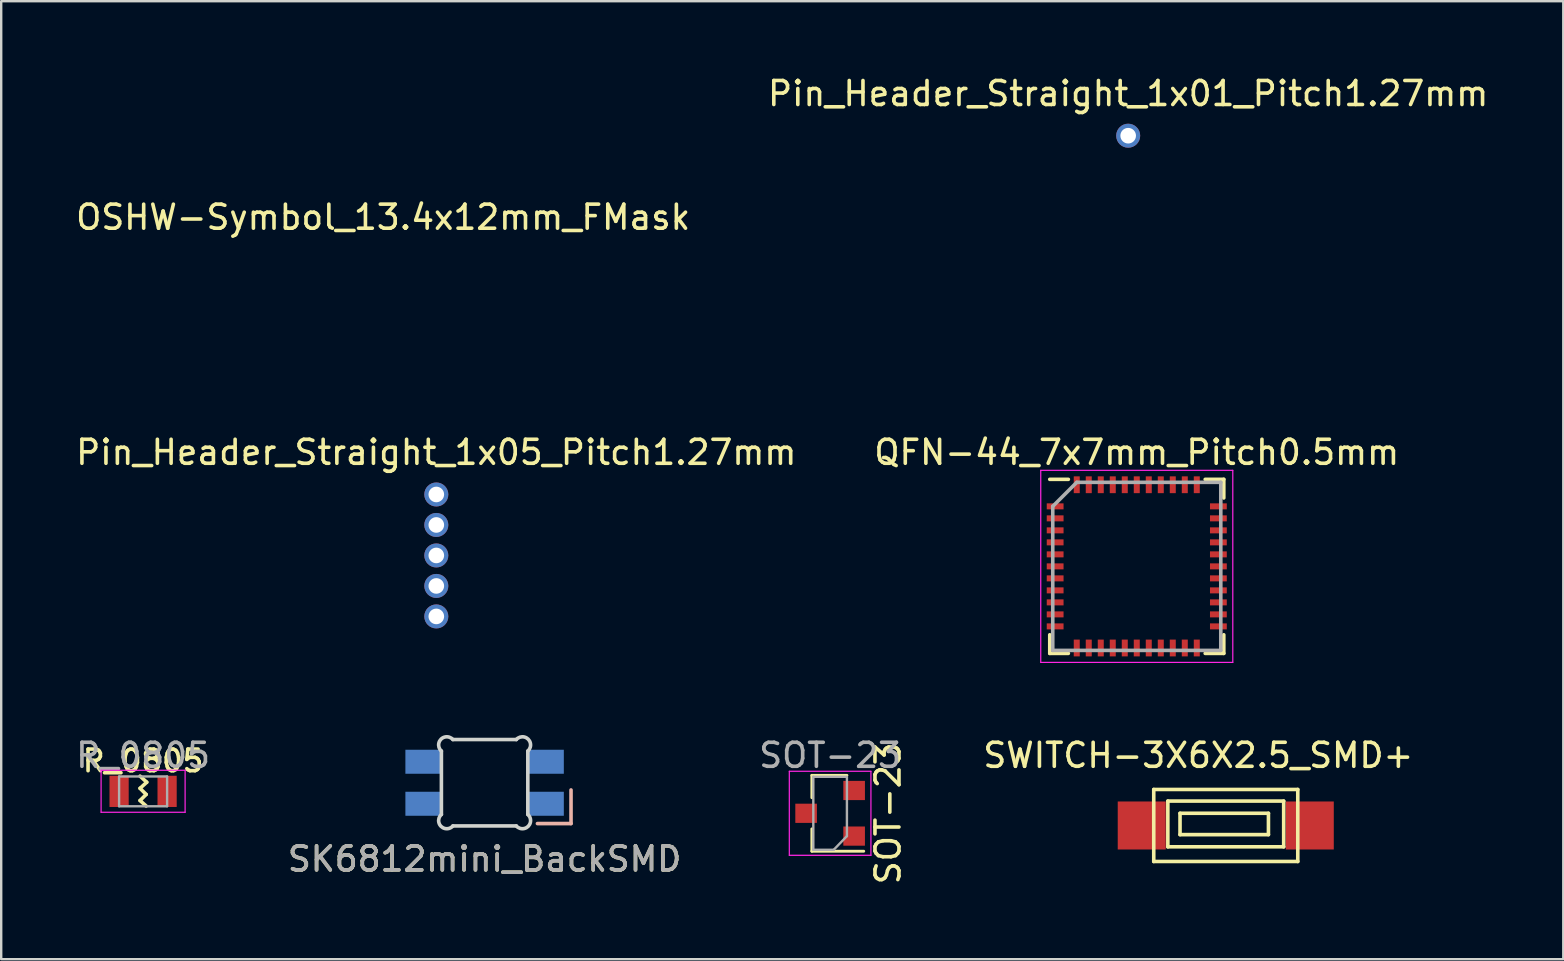
<source format=kicad_pcb>
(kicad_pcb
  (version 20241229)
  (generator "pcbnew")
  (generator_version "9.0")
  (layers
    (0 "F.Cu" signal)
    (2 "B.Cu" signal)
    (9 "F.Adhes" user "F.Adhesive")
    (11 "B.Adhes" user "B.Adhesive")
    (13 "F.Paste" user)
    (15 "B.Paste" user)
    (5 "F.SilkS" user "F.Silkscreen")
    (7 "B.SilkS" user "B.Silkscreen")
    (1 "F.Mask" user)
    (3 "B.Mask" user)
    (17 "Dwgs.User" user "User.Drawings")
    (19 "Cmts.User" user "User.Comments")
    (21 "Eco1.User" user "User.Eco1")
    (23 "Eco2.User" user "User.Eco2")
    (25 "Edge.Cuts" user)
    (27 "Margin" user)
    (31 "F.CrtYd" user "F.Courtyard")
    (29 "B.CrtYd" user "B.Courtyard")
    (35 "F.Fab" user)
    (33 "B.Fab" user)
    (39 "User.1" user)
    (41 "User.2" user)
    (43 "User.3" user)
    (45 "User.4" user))
  (footprint "OSHW-Symbol_13.4x12mm_FMask"
    (layer "F.Cu")
    (at 12.911 6)
    (property "Reference" "OSHW-Symbol_13.4x12mm_FMask" (at 0 0 0) (layer "F.SilkS") (effects (font (size 1 1) (thickness 0.15))))
    (attr exclude_from_pos_files exclude_from_bom)
    (fp_poly (pts (xy 1.12 -5.099) (xy 1.289 -4.204) (xy 1.912 -3.947) (xy 2.535 -3.69) (xy 3.282 -4.198) (xy 3.492 -4.34) (xy 3.681 -4.466) (xy 3.841 -4.571) (xy 3.964 -4.65) (xy 4.04 -4.696) (xy 4.06 -4.706) (xy 4.098 -4.681) (xy 4.177 -4.61) (xy 4.29 -4.503) (xy 4.428 -4.368) (xy 4.581 -4.216) (xy 4.741 -4.055) (xy 4.898 -3.893) (xy 5.045 -3.741) (xy 5.171 -3.607) (xy 5.268 -3.5) (xy 5.327 -3.429) (xy 5.341 -3.406) (xy 5.321 -3.362) (xy 5.264 -3.267) (xy 5.176 -3.128) (xy 5.063 -2.957) (xy 4.932 -2.762) (xy 4.856 -2.651) (xy 4.717 -2.447) (xy 4.594 -2.264) (xy 4.492 -2.109) (xy 4.418 -1.993) (xy 4.376 -1.924) (xy 4.37 -1.909) (xy 4.384 -1.868) (xy 4.422 -1.772) (xy 4.479 -1.634) (xy 4.548 -1.469) (xy 4.624 -1.289) (xy 4.701 -1.108) (xy 4.774 -0.94) (xy 4.836 -0.798) (xy 4.882 -0.696) (xy 4.906 -0.648) (xy 4.907 -0.646) (xy 4.945 -0.637) (xy 5.046 -0.616) (xy 5.2 -0.586) (xy 5.395 -0.548) (xy 5.622 -0.505) (xy 5.755 -0.481) (xy 5.998 -0.434) (xy 6.217 -0.39) (xy 6.402 -0.351) (xy 6.541 -0.319) (xy 6.623 -0.296) (xy 6.639 -0.289) (xy 6.656 -0.24) (xy 6.669 -0.129) (xy 6.679 0.03) (xy 6.686 0.226) (xy 6.689 0.444) (xy 6.69 0.672) (xy 6.687 0.897) (xy 6.682 1.106) (xy 6.673 1.286) (xy 6.662 1.424) (xy 6.647 1.507) (xy 6.638 1.525) (xy 6.586 1.546) (xy 6.474 1.575) (xy 6.318 1.61) (xy 6.133 1.648) (xy 6.069 1.66) (xy 5.757 1.717) (xy 5.511 1.763) (xy 5.322 1.799) (xy 5.183 1.829) (xy 5.084 1.852) (xy 5.018 1.872) (xy 4.978 1.89) (xy 4.953 1.907) (xy 4.95 1.911) (xy 4.916 1.967) (xy 4.865 2.077) (xy 4.801 2.226) (xy 4.729 2.401) (xy 4.655 2.59) (xy 4.584 2.778) (xy 4.521 2.953) (xy 4.471 3.1) (xy 4.439 3.207) (xy 4.431 3.259) (xy 4.432 3.261) (xy 4.46 3.304) (xy 4.524 3.399) (xy 4.616 3.535) (xy 4.732 3.704) (xy 4.862 3.894) (xy 4.899 3.949) (xy 5.032 4.145) (xy 5.149 4.324) (xy 5.243 4.475) (xy 5.309 4.589) (xy 5.34 4.655) (xy 5.341 4.663) (xy 5.316 4.706) (xy 5.244 4.79) (xy 5.136 4.907) (xy 5.001 5.047) (xy 4.848 5.202) (xy 4.685 5.363) (xy 4.524 5.519) (xy 4.371 5.664) (xy 4.238 5.786) (xy 4.132 5.878) (xy 4.064 5.931) (xy 4.045 5.939) (xy 4 5.919) (xy 3.91 5.865) (xy 3.788 5.786) (xy 3.695 5.722) (xy 3.525 5.605) (xy 3.324 5.467) (xy 3.122 5.33) (xy 3.013 5.257) (xy 2.646 5.008) (xy 2.338 5.175) (xy 2.197 5.248) (xy 2.078 5.305) (xy 1.997 5.337) (xy 1.977 5.341) (xy 1.952 5.308) (xy 1.903 5.214) (xy 1.834 5.068) (xy 1.748 4.879) (xy 1.649 4.655) (xy 1.54 4.405) (xy 1.426 4.137) (xy 1.309 3.861) (xy 1.194 3.585) (xy 1.084 3.317) (xy 0.982 3.067) (xy 0.893 2.842) (xy 0.82 2.652) (xy 0.767 2.506) (xy 0.737 2.411) (xy 0.732 2.379) (xy 0.77 2.338) (xy 0.854 2.27) (xy 0.966 2.191) (xy 0.976 2.185) (xy 1.266 1.953) (xy 1.5 1.682) (xy 1.675 1.382) (xy 1.79 1.06) (xy 1.844 0.725) (xy 1.833 0.386) (xy 1.755 0.052) (xy 1.61 -0.269) (xy 1.567 -0.34) (xy 1.344 -0.623) (xy 1.08 -0.851) (xy 0.786 -1.021) (xy 0.469 -1.134) (xy 0.139 -1.187) (xy -0.195 -1.179) (xy -0.523 -1.11) (xy -0.838 -0.978) (xy -1.129 -0.781) (xy -1.219 -0.701) (xy -1.448 -0.452) (xy -1.615 -0.189) (xy -1.73 0.105) (xy -1.794 0.397) (xy -1.809 0.725) (xy -1.757 1.055) (xy -1.641 1.375) (xy -1.468 1.674) (xy -1.243 1.942) (xy -0.971 2.166) (xy -0.935 2.19) (xy -0.822 2.268) (xy -0.736 2.335) (xy -0.694 2.378) (xy -0.694 2.379) (xy -0.703 2.425) (xy -0.738 2.531) (xy -0.795 2.686) (xy -0.872 2.884) (xy -0.964 3.114) (xy -1.067 3.368) (xy -1.179 3.638) (xy -1.295 3.915) (xy -1.411 4.19) (xy -1.525 4.455) (xy -1.632 4.701) (xy -1.729 4.919) (xy -1.812 5.1) (xy -1.877 5.237) (xy -1.921 5.32) (xy -1.939 5.341) (xy -1.994 5.325) (xy -2.096 5.279) (xy -2.228 5.213) (xy -2.3 5.175) (xy -2.609 5.008) (xy -2.976 5.257) (xy -3.163 5.384) (xy -3.369 5.524) (xy -3.561 5.656) (xy -3.657 5.722) (xy -3.793 5.813) (xy -3.907 5.885) (xy -3.986 5.929) (xy -4.012 5.938) (xy -4.049 5.913) (xy -4.132 5.843) (xy -4.252 5.735) (xy -4.401 5.597) (xy -4.572 5.435) (xy -4.68 5.331) (xy -4.868 5.146) (xy -5.031 4.98) (xy -5.162 4.841) (xy -5.254 4.736) (xy -5.301 4.671) (xy -5.305 4.658) (xy -5.284 4.608) (xy -5.227 4.508) (xy -5.139 4.366) (xy -5.028 4.194) (xy -4.899 4.002) (xy -4.862 3.949) (xy -4.728 3.754) (xy -4.608 3.578) (xy -4.509 3.432) (xy -4.437 3.325) (xy -4.398 3.267) (xy -4.394 3.261) (xy -4.4 3.215) (xy -4.429 3.113) (xy -4.478 2.97) (xy -4.54 2.798) (xy -4.61 2.61) (xy -4.684 2.421) (xy -4.756 2.243) (xy -4.821 2.091) (xy -4.874 1.976) (xy -4.91 1.914) (xy -4.913 1.911) (xy -4.935 1.893) (xy -4.972 1.875) (xy -5.032 1.856) (xy -5.124 1.833) (xy -5.255 1.805) (xy -5.434 1.77) (xy -5.668 1.726) (xy -5.967 1.671) (xy -6.031 1.66) (xy -6.223 1.623) (xy -6.39 1.586) (xy -6.517 1.554) (xy -6.591 1.53) (xy -6.601 1.525) (xy -6.617 1.475) (xy -6.63 1.364) (xy -6.641 1.204) (xy -6.648 1.008) (xy -6.652 0.79) (xy -6.653 0.562) (xy -6.65 0.337) (xy -6.645 0.128) (xy -6.637 -0.052) (xy -6.625 -0.189) (xy -6.611 -0.272) (xy -6.602 -0.289) (xy -6.553 -0.306) (xy -6.442 -0.334) (xy -6.279 -0.37) (xy -6.076 -0.412) (xy -5.844 -0.457) (xy -5.718 -0.481) (xy -5.478 -0.526) (xy -5.264 -0.566) (xy -5.086 -0.601) (xy -4.955 -0.627) (xy -4.882 -0.642) (xy -4.87 -0.646) (xy -4.85 -0.685) (xy -4.806 -0.78) (xy -4.746 -0.917) (xy -4.675 -1.082) (xy -4.598 -1.262) (xy -4.522 -1.443) (xy -4.451 -1.611) (xy -4.392 -1.755) (xy -4.351 -1.858) (xy -4.333 -1.909) (xy -4.333 -1.911) (xy -4.353 -1.951) (xy -4.41 -2.043) (xy -4.498 -2.178) (xy -4.611 -2.347) (xy -4.742 -2.541) (xy -4.819 -2.652) (xy -4.958 -2.856) (xy -5.081 -3.041) (xy -5.183 -3.198) (xy -5.258 -3.317) (xy -5.298 -3.39) (xy -5.304 -3.406) (xy -5.279 -3.444) (xy -5.209 -3.525) (xy -5.103 -3.64) (xy -4.971 -3.779) (xy -4.821 -3.935) (xy -4.662 -4.097) (xy -4.503 -4.257) (xy -4.353 -4.405) (xy -4.221 -4.533) (xy -4.115 -4.632) (xy -4.046 -4.692) (xy -4.022 -4.706) (xy -3.984 -4.686) (xy -3.894 -4.63) (xy -3.759 -4.542) (xy -3.589 -4.43) (xy -3.393 -4.298) (xy -3.245 -4.198) (xy -2.498 -3.69) (xy -1.874 -3.947) (xy -1.251 -4.204) (xy -0.914 -5.995) (xy 0.951 -5.995) (xy 1.12 -5.099)) (stroke (width 0.01) (type solid)) (fill yes) (layer "F.Mask")))
  (footprint "QFN-44_7x7mm_Pitch0.5mm"
    (layer "F.Cu")
    (at 44.304 20.543)
    (property "Reference" "QFN-44_7x7mm_Pitch0.5mm" (at 0 -4.75 0) (layer "F.SilkS") (effects (font (size 1 1) (thickness 0.15))))
    (attr smd)
    (fp_line (start -3.625 -3.625) (end -2.85 -3.625) (stroke (width 0.15) (type solid)) (layer "F.SilkS"))
    (fp_line (start -3.625 3.625) (end -3.625 2.85) (stroke (width 0.15) (type solid)) (layer "F.SilkS"))
    (fp_line (start -3.625 3.625) (end -2.85 3.625) (stroke (width 0.15) (type solid)) (layer "F.SilkS"))
    (fp_line (start 3.625 -3.625) (end 2.85 -3.625) (stroke (width 0.15) (type solid)) (layer "F.SilkS"))
    (fp_line (start 3.625 -3.625) (end 3.625 -2.85) (stroke (width 0.15) (type solid)) (layer "F.SilkS"))
    (fp_line (start 3.625 3.625) (end 2.85 3.625) (stroke (width 0.15) (type solid)) (layer "F.SilkS"))
    (fp_line (start 3.625 3.625) (end 3.625 2.85) (stroke (width 0.15) (type solid)) (layer "F.SilkS"))
    (fp_line (start -4 -4) (end -4 4) (stroke (width 0.05) (type solid)) (layer "F.CrtYd"))
    (fp_line (start -4 -4) (end 4 -4) (stroke (width 0.05) (type solid)) (layer "F.CrtYd"))
    (fp_line (start -4 4) (end 4 4) (stroke (width 0.05) (type solid)) (layer "F.CrtYd"))
    (fp_line (start 4 -4) (end 4 4) (stroke (width 0.05) (type solid)) (layer "F.CrtYd"))
    (fp_line (start -3.5 -2.5) (end -2.5 -3.5) (stroke (width 0.15) (type solid)) (layer "F.Fab"))
    (fp_line (start -3.5 3.5) (end -3.5 -2.5) (stroke (width 0.15) (type solid)) (layer "F.Fab"))
    (fp_line (start -2.5 -3.5) (end 3.5 -3.5) (stroke (width 0.15) (type solid)) (layer "F.Fab"))
    (fp_line (start 3.5 -3.5) (end 3.5 3.5) (stroke (width 0.15) (type solid)) (layer "F.Fab"))
    (fp_line (start 3.5 3.5) (end -3.5 3.5) (stroke (width 0.15) (type solid)) (layer "F.Fab"))
    (pad "1" smd rect (at -3.4 -2.5) (size 0.7 0.25) (layers "F.Cu" "F.Mask" "F.Paste"))
    (pad "2" smd rect (at -3.4 -2) (size 0.7 0.25) (layers "F.Cu" "F.Mask" "F.Paste"))
    (pad "3" smd rect (at -3.4 -1.5) (size 0.7 0.25) (layers "F.Cu" "F.Mask" "F.Paste"))
    (pad "4" smd rect (at -3.4 -1) (size 0.7 0.25) (layers "F.Cu" "F.Mask" "F.Paste"))
    (pad "5" smd rect (at -3.4 -0.5) (size 0.7 0.25) (layers "F.Cu" "F.Mask" "F.Paste"))
    (pad "6" smd rect (at -3.4 0) (size 0.7 0.25) (layers "F.Cu" "F.Mask" "F.Paste"))
    (pad "7" smd rect (at -3.4 0.5) (size 0.7 0.25) (layers "F.Cu" "F.Mask" "F.Paste"))
    (pad "8" smd rect (at -3.4 1) (size 0.7 0.25) (layers "F.Cu" "F.Mask" "F.Paste"))
    (pad "9" smd rect (at -3.4 1.5) (size 0.7 0.25) (layers "F.Cu" "F.Mask" "F.Paste"))
    (pad "10" smd rect (at -3.4 2) (size 0.7 0.25) (layers "F.Cu" "F.Mask" "F.Paste"))
    (pad "11" smd rect (at -3.4 2.5) (size 0.7 0.25) (layers "F.Cu" "F.Mask" "F.Paste"))
    (pad "12" smd rect (at -2.5 3.4 90) (size 0.7 0.25) (layers "F.Cu" "F.Mask" "F.Paste"))
    (pad "13" smd rect (at -2 3.4 90) (size 0.7 0.25) (layers "F.Cu" "F.Mask" "F.Paste"))
    (pad "14" smd rect (at -1.5 3.4 90) (size 0.7 0.25) (layers "F.Cu" "F.Mask" "F.Paste"))
    (pad "15" smd rect (at -1 3.4 90) (size 0.7 0.25) (layers "F.Cu" "F.Mask" "F.Paste"))
    (pad "16" smd rect (at -0.5 3.4 90) (size 0.7 0.25) (layers "F.Cu" "F.Mask" "F.Paste"))
    (pad "17" smd rect (at 0 3.4 90) (size 0.7 0.25) (layers "F.Cu" "F.Mask" "F.Paste"))
    (pad "18" smd rect (at 0.5 3.4 90) (size 0.7 0.25) (layers "F.Cu" "F.Mask" "F.Paste"))
    (pad "19" smd rect (at 1 3.4 90) (size 0.7 0.25) (layers "F.Cu" "F.Mask" "F.Paste"))
    (pad "20" smd rect (at 1.5 3.4 90) (size 0.7 0.25) (layers "F.Cu" "F.Mask" "F.Paste"))
    (pad "21" smd rect (at 2 3.4 90) (size 0.7 0.25) (layers "F.Cu" "F.Mask" "F.Paste"))
    (pad "22" smd rect (at 2.5 3.4 90) (size 0.7 0.25) (layers "F.Cu" "F.Mask" "F.Paste"))
    (pad "23" smd rect (at 3.4 2.5) (size 0.7 0.25) (layers "F.Cu" "F.Mask" "F.Paste"))
    (pad "24" smd rect (at 3.4 2) (size 0.7 0.25) (layers "F.Cu" "F.Mask" "F.Paste"))
    (pad "25" smd rect (at 3.4 1.5) (size 0.7 0.25) (layers "F.Cu" "F.Mask" "F.Paste"))
    (pad "26" smd rect (at 3.4 1) (size 0.7 0.25) (layers "F.Cu" "F.Mask" "F.Paste"))
    (pad "27" smd rect (at 3.4 0.5) (size 0.7 0.25) (layers "F.Cu" "F.Mask" "F.Paste"))
    (pad "28" smd rect (at 3.4 0) (size 0.7 0.25) (layers "F.Cu" "F.Mask" "F.Paste"))
    (pad "29" smd rect (at 3.4 -0.5) (size 0.7 0.25) (layers "F.Cu" "F.Mask" "F.Paste"))
    (pad "30" smd rect (at 3.4 -1) (size 0.7 0.25) (layers "F.Cu" "F.Mask" "F.Paste"))
    (pad "31" smd rect (at 3.4 -1.5) (size 0.7 0.25) (layers "F.Cu" "F.Mask" "F.Paste"))
    (pad "32" smd rect (at 3.4 -2) (size 0.7 0.25) (layers "F.Cu" "F.Mask" "F.Paste"))
    (pad "33" smd rect (at 3.4 -2.5) (size 0.7 0.25) (layers "F.Cu" "F.Mask" "F.Paste"))
    (pad "34" smd rect (at 2.5 -3.4 90) (size 0.7 0.25) (layers "F.Cu" "F.Mask" "F.Paste"))
    (pad "35" smd rect (at 2 -3.4 90) (size 0.7 0.25) (layers "F.Cu" "F.Mask" "F.Paste"))
    (pad "36" smd rect (at 1.5 -3.4 90) (size 0.7 0.25) (layers "F.Cu" "F.Mask" "F.Paste"))
    (pad "37" smd rect (at 1 -3.4 90) (size 0.7 0.25) (layers "F.Cu" "F.Mask" "F.Paste"))
    (pad "38" smd rect (at 0.5 -3.4 90) (size 0.7 0.25) (layers "F.Cu" "F.Mask" "F.Paste"))
    (pad "39" smd rect (at 0 -3.4 90) (size 0.7 0.25) (layers "F.Cu" "F.Mask" "F.Paste"))
    (pad "40" smd rect (at -0.5 -3.4 90) (size 0.7 0.25) (layers "F.Cu" "F.Mask" "F.Paste"))
    (pad "41" smd rect (at -1 -3.4 90) (size 0.7 0.25) (layers "F.Cu" "F.Mask" "F.Paste"))
    (pad "42" smd rect (at -1.5 -3.4 90) (size 0.7 0.25) (layers "F.Cu" "F.Mask" "F.Paste"))
    (pad "43" smd rect (at -2 -3.4 90) (size 0.7 0.25) (layers "F.Cu" "F.Mask" "F.Paste"))
    (pad "44" smd rect (at -2.5 -3.4 90) (size 0.7 0.25) (layers "F.Cu" "F.Mask" "F.Paste")))
  (footprint "SK6812mini_BackSMD"
    (layer "F.Cu")
    (at 17.137 29.557)
    (property "Reference" "SK6812mini_BackSMD" (at 0 3.175 0) (layer "F.SilkS") (effects (font (size 1 1) (thickness 0.15))))
    (attr through_hole)
    (fp_line (start 3.6 0.3) (end 3.6 1.7) (stroke (width 0.15) (type solid)) (layer "B.SilkS"))
    (fp_line (start 3.6 1.7) (end 2.2 1.7) (stroke (width 0.15) (type solid)) (layer "B.SilkS"))
    (fp_line (start -1.8 -1.321) (end -1.8 1.321) (stroke (width 0.15) (type solid)) (layer "Edge.Cuts"))
    (fp_line (start -1.321 -1.8) (end 1.321 -1.8) (stroke (width 0.15) (type solid)) (layer "Edge.Cuts"))
    (fp_line (start -1.321 1.8) (end 1.321 1.8) (stroke (width 0.15) (type solid)) (layer "Edge.Cuts"))
    (fp_line (start 1.8 -1.321) (end 1.8 1.321) (stroke (width 0.15) (type solid)) (layer "Edge.Cuts"))
    (fp_arc (start -1.8 -1.3208) (mid -1.814985 -1.81468) (end -1.321087 -1.800323) (stroke (width 0.15) (type solid)) (layer "Edge.Cuts"))
    (fp_arc (start -1.3208 1.8) (mid -1.81468 1.814985) (end -1.800323 1.321087) (stroke (width 0.15) (type solid)) (layer "Edge.Cuts"))
    (fp_arc (start 1.3208 -1.8) (mid 1.81468 -1.814985) (end 1.800323 -1.321087) (stroke (width 0.15) (type solid)) (layer "Edge.Cuts"))
    (fp_arc (start 1.8 1.3208) (mid 1.814985 1.81468) (end 1.321087 1.800323) (stroke (width 0.15) (type solid)) (layer "Edge.Cuts"))
    (fp_text user "${REFERENCE}" (at 0 3.175 0) (layer "F.Fab") (effects (font (size 1 1) (thickness 0.15))))
    (pad "1" smd rect (at -2.55 -0.875) (size 1.5 1) (layers "B.Cu" "B.Mask"))
    (pad "2" smd rect (at -2.55 0.875) (size 1.5 1) (layers "B.Cu" "B.Mask"))
    (pad "3" smd rect (at 2.55 0.875) (size 1.5 1) (layers "B.Cu" "B.Mask"))
    (pad "4" smd rect (at 2.55 -0.875) (size 1.5 1) (layers "B.Cu" "B.Mask")))
  (footprint "SWITCH-3X6X2.5_SMD+"
    (layer "F.Cu")
    (at 48.011 31.337)
    (property "Reference" "SWITCH-3X6X2.5_SMD+" (at -1.143 -2.921 0) (layer "F.SilkS") (effects (font (size 1 1) (thickness 0.15))))
    (attr through_hole)
    (fp_line (start -3 -1.5) (end -3 1.5) (stroke (width 0.15) (type solid)) (layer "F.SilkS"))
    (fp_line (start -3 -1.5) (end 3 -1.5) (stroke (width 0.15) (type solid)) (layer "F.SilkS"))
    (fp_line (start -3 1.5) (end 3 1.5) (stroke (width 0.15) (type solid)) (layer "F.SilkS"))
    (fp_line (start -2.413 -1.016) (end -2.413 0.889) (stroke (width 0.15) (type solid)) (layer "F.SilkS"))
    (fp_line (start -2.413 0.889) (end 2.413 0.889) (stroke (width 0.15) (type solid)) (layer "F.SilkS"))
    (fp_line (start -1.905 -0.508) (end -1.905 0.381) (stroke (width 0.15) (type solid)) (layer "F.SilkS"))
    (fp_line (start -1.905 0.381) (end 1.778 0.381) (stroke (width 0.15) (type solid)) (layer "F.SilkS"))
    (fp_line (start 1.778 -0.508) (end -1.905 -0.508) (stroke (width 0.15) (type solid)) (layer "F.SilkS"))
    (fp_line (start 1.778 0.381) (end 1.778 -0.508) (stroke (width 0.15) (type solid)) (layer "F.SilkS"))
    (fp_line (start 2.413 -1.016) (end -2.413 -1.016) (stroke (width 0.15) (type solid)) (layer "F.SilkS"))
    (fp_line (start 2.413 0.889) (end 2.413 -1.016) (stroke (width 0.15) (type solid)) (layer "F.SilkS"))
    (fp_line (start 3 -1.5) (end 3 1.5) (stroke (width 0.15) (type solid)) (layer "F.SilkS"))
    (pad "1" smd rect (at -3.5 0) (size 2 2) (layers "F.Cu" "F.Mask" "F.Paste"))
    (pad "2" smd rect (at 3.5 0) (size 2 2) (layers "F.Cu" "F.Mask" "F.Paste")))
  (footprint "SOT-23"
    (layer "F.Cu")
    (at 31.53 30.829)
    (property "Reference" "SOT-23" (at 2.413 0 270) (layer "F.SilkS") (effects (font (size 1 1) (thickness 0.15))))
    (attr smd)
    (fp_line (start -0.76 -1.58) (end -0.76 -0.65) (stroke (width 0.12) (type solid)) (layer "F.SilkS"))
    (fp_line (start -0.76 -1.58) (end 0.7 -1.58) (stroke (width 0.12) (type solid)) (layer "F.SilkS"))
    (fp_line (start -0.76 1.58) (end -0.76 0.65) (stroke (width 0.12) (type solid)) (layer "F.SilkS"))
    (fp_line (start -0.76 1.58) (end 1.4 1.58) (stroke (width 0.12) (type solid)) (layer "F.SilkS"))
    (fp_line (start -1.7 -1.75) (end 1.7 -1.75) (stroke (width 0.05) (type solid)) (layer "F.CrtYd"))
    (fp_line (start -1.7 1.75) (end -1.7 -1.75) (stroke (width 0.05) (type solid)) (layer "F.CrtYd"))
    (fp_line (start 1.7 -1.75) (end 1.7 1.75) (stroke (width 0.05) (type solid)) (layer "F.CrtYd"))
    (fp_line (start 1.7 1.75) (end -1.7 1.75) (stroke (width 0.05) (type solid)) (layer "F.CrtYd"))
    (fp_line (start -0.7 -1.52) (end -0.7 1.52) (stroke (width 0.1) (type solid)) (layer "F.Fab"))
    (fp_line (start -0.7 -1.52) (end 0.7 -1.52) (stroke (width 0.1) (type solid)) (layer "F.Fab"))
    (fp_line (start 0.15 1.52) (end -0.7 1.52) (stroke (width 0.1) (type solid)) (layer "F.Fab"))
    (fp_line (start 0.7 0.95) (end 0.15 1.52) (stroke (width 0.1) (type solid)) (layer "F.Fab"))
    (fp_line (start 0.7 0.95) (end 0.7 -1.5) (stroke (width 0.1) (type solid)) (layer "F.Fab"))
    (fp_text user "${REFERENCE}" (at 0 -2.413 0) (layer "F.Fab") (effects (font (size 1 1) (thickness 0.15))))
    (pad "1" smd rect (at 1 0.95) (size 0.9 0.8) (layers "F.Cu" "F.Mask" "F.Paste"))
    (pad "2" smd rect (at 1 -0.95) (size 0.9 0.8) (layers "F.Cu" "F.Mask" "F.Paste"))
    (pad "3" smd rect (at -1 0) (size 0.9 0.8) (layers "F.Cu" "F.Mask" "F.Paste")))
  (footprint "Pin_Header_Straight_1x01_Pitch1.27mm"
    (layer "F.Cu")
    (at 43.946 2.603)
    (property "Reference" "Pin_Header_Straight_1x01_Pitch1.27mm" (at 0 -1.755 0) (layer "F.SilkS") (effects (font (size 1 1) (thickness 0.15))))
    (attr through_hole)
    (pad "1" thru_hole circle (at 0 0) (size 1 1) (drill 0.65) (layers "*.Cu" "B.Mask")))
  (footprint "R_0805"
    (layer "F.Cu")
    (at 2.911 29.916)
    (property "Reference" "R_0805" (at 0 -1.27 0) (layer "F.SilkS") (effects (font (size 0.9 0.9) (thickness 0.15))))
    (attr smd)
    (fp_line (start -0.127 -0.635) (end 0.152 -0.381) (stroke (width 0.15) (type solid)) (layer "F.SilkS"))
    (fp_line (start -0.127 -0.127) (end 0.127 0.127) (stroke (width 0.15) (type solid)) (layer "F.SilkS"))
    (fp_line (start -0.127 0.381) (end 0.127 0.61) (stroke (width 0.15) (type solid)) (layer "F.SilkS"))
    (fp_line (start 0.127 0.127) (end -0.127 0.381) (stroke (width 0.15) (type solid)) (layer "F.SilkS"))
    (fp_line (start 0.152 -0.381) (end -0.127 -0.127) (stroke (width 0.15) (type solid)) (layer "F.SilkS"))
    (fp_line (start -1.75 -0.88) (end -1.75 0.87) (stroke (width 0.05) (type solid)) (layer "F.CrtYd"))
    (fp_line (start -1.75 -0.88) (end 1.75 -0.88) (stroke (width 0.05) (type solid)) (layer "F.CrtYd"))
    (fp_line (start 1.75 0.87) (end -1.75 0.87) (stroke (width 0.05) (type solid)) (layer "F.CrtYd"))
    (fp_line (start 1.75 0.87) (end 1.75 -0.88) (stroke (width 0.05) (type solid)) (layer "F.CrtYd"))
    (fp_line (start -1 -0.62) (end 1 -0.62) (stroke (width 0.1) (type solid)) (layer "F.Fab"))
    (fp_line (start -1 0.62) (end -1 -0.62) (stroke (width 0.1) (type solid)) (layer "F.Fab"))
    (fp_line (start 1 -0.62) (end 1 0.62) (stroke (width 0.1) (type solid)) (layer "F.Fab"))
    (fp_line (start 1 0.62) (end -1 0.62) (stroke (width 0.1) (type solid)) (layer "F.Fab"))
    (fp_text user "${REFERENCE}" (at 0 -1.5 0) (layer "F.Fab") (effects (font (size 1 1) (thickness 0.15))))
    (pad "1" smd rect (at -1 0) (size 0.8 1.3) (layers "F.Cu" "F.Mask"))
    (pad "2" smd rect (at 1 0) (size 0.8 1.3) (layers "F.Cu" "F.Mask")))
  (footprint "Pin_Header_Straight_1x05_Pitch1.27mm"
    (layer "F.Cu")
    (at 15.125 17.548)
    (property "Reference" "Pin_Header_Straight_1x05_Pitch1.27mm" (at 0 -1.755 0) (layer "F.SilkS") (effects (font (size 1 1) (thickness 0.15))))
    (attr through_hole)
    (pad "1" thru_hole circle (at 0 0) (size 1 1) (drill 0.65) (layers "*.Cu" "B.Mask"))
    (pad "2" thru_hole oval (at 0 1.27) (size 1 1) (drill 0.65) (layers "*.Cu" "B.Mask"))
    (pad "3" thru_hole oval (at 0 2.54) (size 1 1) (drill 0.65) (layers "*.Cu" "B.Mask"))
    (pad "4" thru_hole oval (at 0 3.81) (size 1 1) (drill 0.65) (layers "*.Cu" "B.Mask"))
    (pad "5" thru_hole oval (at 0 5.08) (size 1 1) (drill 0.65) (layers "*.Cu" "B.Mask")))
  (gr_rect
    (start -3 -3)
    (end 62.071 36.906)
    (stroke (width 0.1) (type default))
    (fill no)
    (layer "Edge.Cuts")))
</source>
